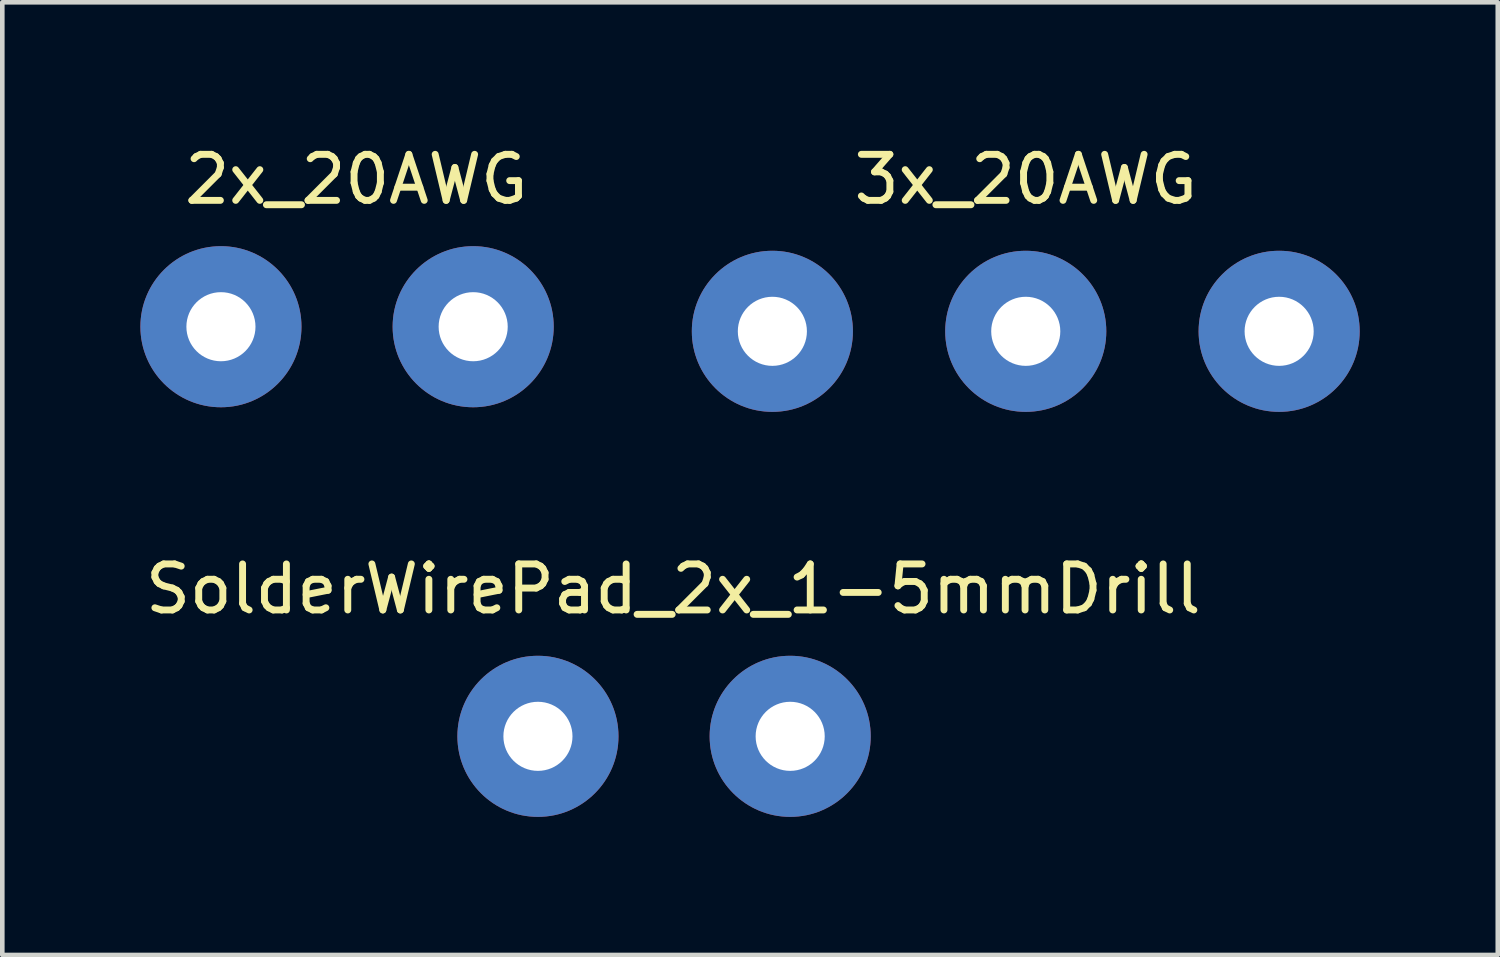
<source format=kicad_pcb>
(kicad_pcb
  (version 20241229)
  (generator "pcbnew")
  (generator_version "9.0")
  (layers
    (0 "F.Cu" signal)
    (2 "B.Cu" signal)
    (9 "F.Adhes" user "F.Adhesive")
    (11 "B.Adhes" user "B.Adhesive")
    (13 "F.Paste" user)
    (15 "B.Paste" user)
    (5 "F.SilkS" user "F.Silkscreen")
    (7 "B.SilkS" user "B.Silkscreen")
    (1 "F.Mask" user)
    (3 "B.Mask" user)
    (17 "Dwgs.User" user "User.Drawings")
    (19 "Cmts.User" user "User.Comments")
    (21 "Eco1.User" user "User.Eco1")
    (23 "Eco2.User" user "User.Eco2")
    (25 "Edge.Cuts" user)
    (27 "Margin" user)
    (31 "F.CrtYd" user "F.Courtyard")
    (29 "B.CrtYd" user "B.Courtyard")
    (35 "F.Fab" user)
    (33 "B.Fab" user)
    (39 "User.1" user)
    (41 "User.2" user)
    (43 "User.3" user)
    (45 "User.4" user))
  (footprint "2x_20AWG"
    (layer "F.Cu")
    (at 4.49 4.048)
    (property "Reference" "2x_20AWG" (at 0.2 -3.2 0) (layer "F.SilkS") (effects (font (size 1 1) (thickness 0.15))))
    (attr through_hole)
    (pad "1" thru_hole circle (at -2.74 0) (size 3.5 3.5) (drill 1.501) (layers "*.Cu" "*.Mask"))
    (pad "2" thru_hole circle (at 2.74 0) (size 3.5 3.5) (drill 1.501) (layers "*.Cu" "*.Mask")))
  (footprint "SolderWirePad_2x_1-5mmDrill"
    (layer "F.Cu")
    (at 11.377 12.947)
    (property "Reference" "SolderWirePad_2x_1-5mmDrill" (at 0.2 -3.2 0) (layer "F.SilkS") (effects (font (size 1 1) (thickness 0.15))))
    (attr through_hole)
    (pad "1" thru_hole circle (at -2.74 0) (size 3.5 3.5) (drill 1.501) (layers "*.Cu" "*.Mask"))
    (pad "2" thru_hole circle (at 2.74 0) (size 3.5 3.5) (drill 1.501) (layers "*.Cu" "*.Mask")))
  (footprint "3x_20AWG"
    (layer "F.Cu")
    (at 19.235 4.148)
    (property "Reference" "3x_20AWG" (at 0 -3.3 0) (layer "F.SilkS") (effects (font (size 1 1) (thickness 0.15))))
    (attr through_hole)
    (pad "1" thru_hole circle (at -5.505 0) (size 3.5 3.5) (drill 1.501) (layers "*.Cu" "*.Mask"))
    (pad "2" thru_hole circle (at 0 0) (size 3.5 3.5) (drill 1.501) (layers "*.Cu" "*.Mask"))
    (pad "3" thru_hole circle (at 5.505 0) (size 3.5 3.5) (drill 1.501) (layers "*.Cu" "*.Mask")))
  (gr_rect
    (start -3 -3)
    (end 29.49 17.697)
    (stroke (width 0.1) (type default))
    (fill no)
    (layer "Edge.Cuts")))
</source>
